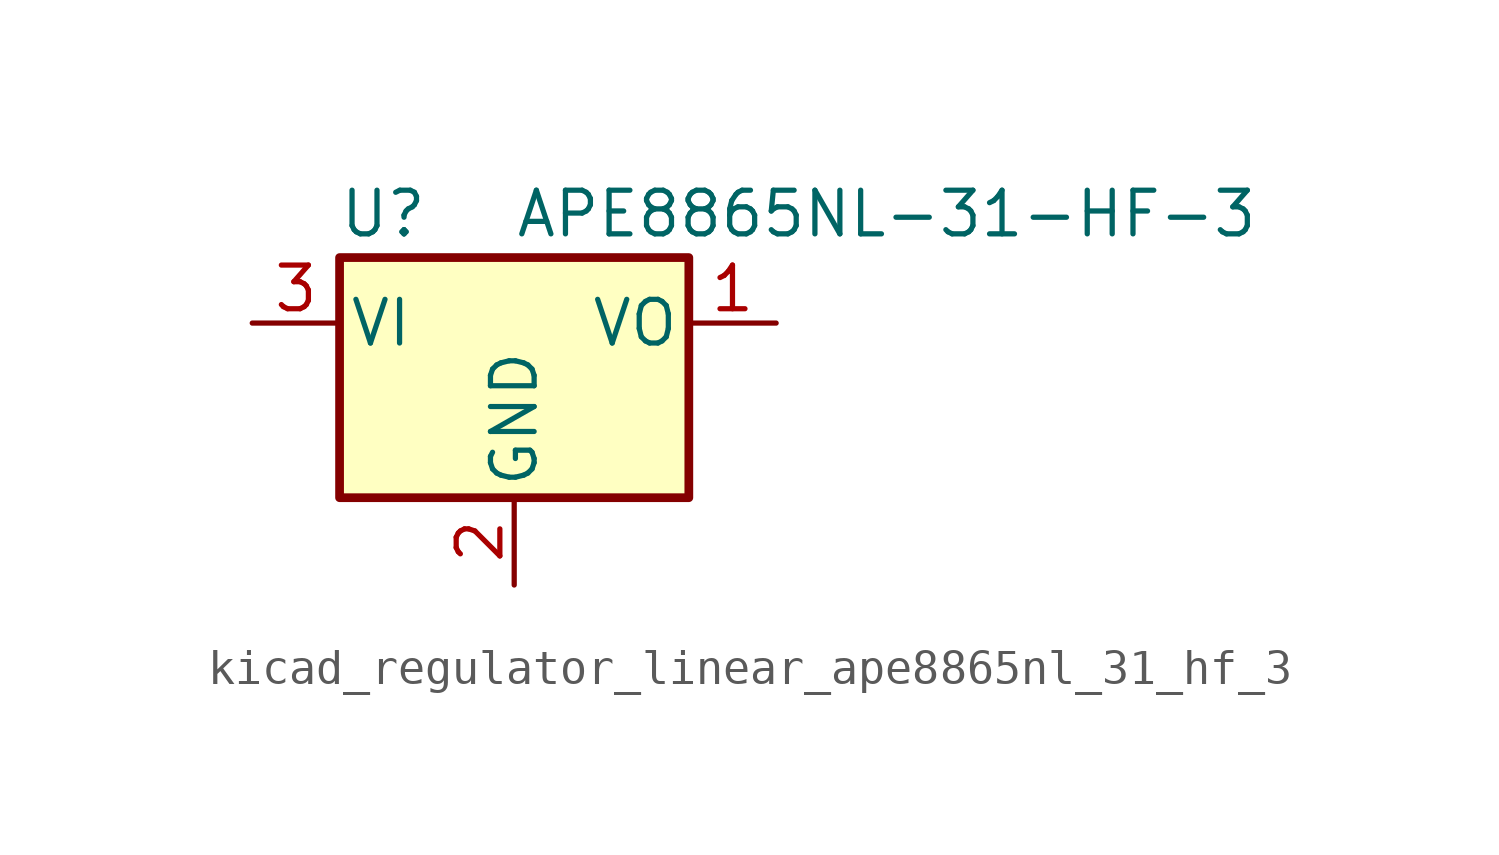
<source format=kicad_sym>
(kicad_symbol_lib
  (version 20220914)
  (generator kicad_symbol_editor)
  (symbol "kicad_regulator_linear_ape8865nl_31_hf_3"
    (pin_names
      (offset 0.254))
    (property "Reference" "U"
      (at -3.81 3.175 0)
      (effects (font (size 1.27 1.27))))
    (property "Value" "APE8865NL-31-HF-3"
      (at 0 3.175 0)
      (effects (font (size 1.27 1.27)) (justify left)))
    (symbol "kicad_regulator_linear_ape8865nl_31_hf_3_0_1"
      (rectangle (start -5.08 1.905) (end 5.08 -5.08) (stroke (width 0.254) (type default)) (fill (type background))))
    (symbol "kicad_regulator_linear_ape8865nl_31_hf_3_1_1"
      (pin power_out line (at 7.62 0 180) (length 2.54) (name "VO" (effects (font (size 1.27 1.27)))) (number "1" (effects (font (size 1.27 1.27)))))
      (pin power_in line (at 0 -7.62 90) (length 2.54) (name "GND" (effects (font (size 1.27 1.27)))) (number "2" (effects (font (size 1.27 1.27)))))
      (pin power_in line (at -7.62 0 0) (length 2.54) (name "VI" (effects (font (size 1.27 1.27)))) (number "3" (effects (font (size 1.27 1.27))))))))
</source>
